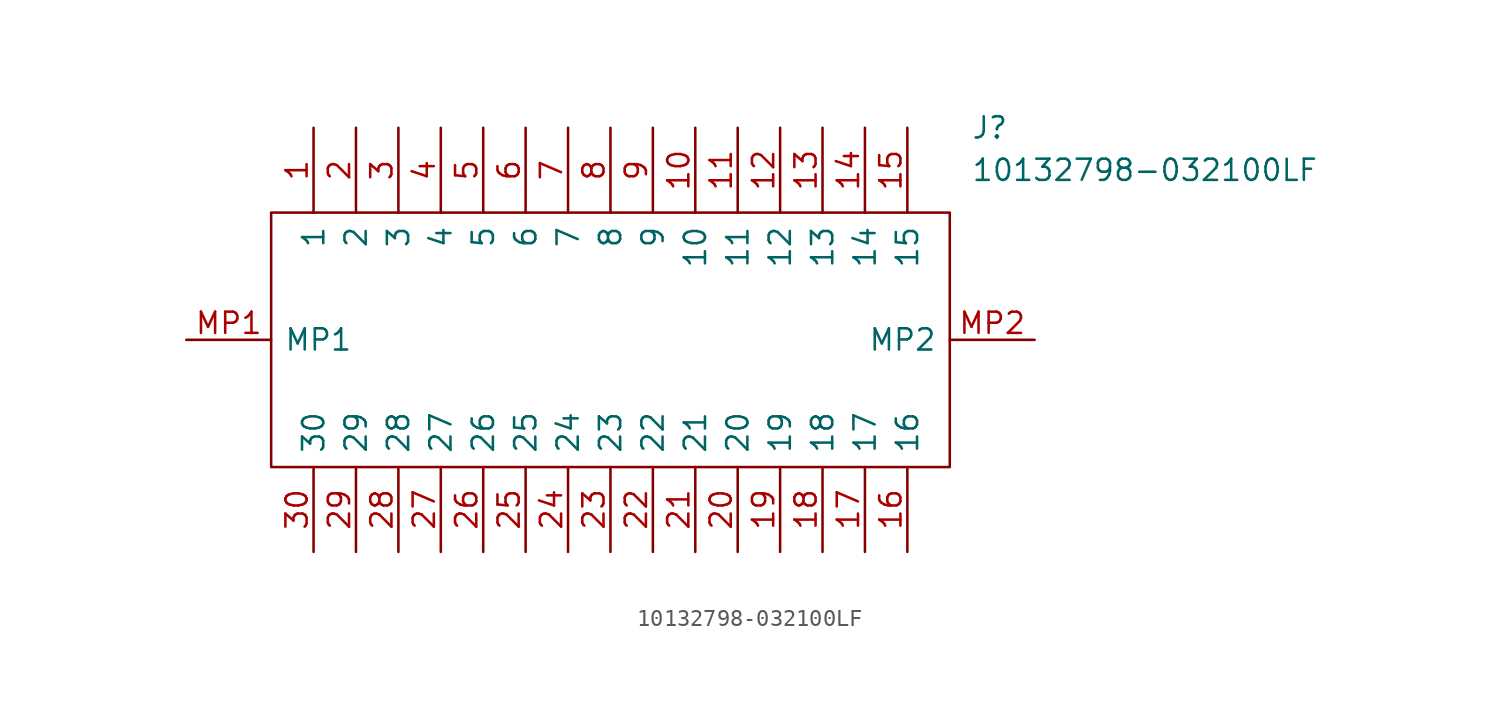
<source format=kicad_sym>
(kicad_symbol_lib
  (version 20211014)
  (generator kicad_symbol_editor)
  (symbol "10132798-032100LF"
    (pin_names
      (offset 0.762))
    (property "Reference" "J"
      (at 46.99 12.7 0)
      (effects (font (size 1.27 1.27)) (justify left)))
    (property "Value" "10132798-032100LF"
      (at 46.99 10.16 0)
      (effects (font (size 1.27 1.27)) (justify left)))
    (symbol "10132798-032100LF_0_0"
      (pin passive line (at 7.62 12.7 270) (length 5.08) (name "1" (effects (font (size 1.27 1.27)))) (number "1" (effects (font (size 1.27 1.27)))))
      (pin passive line (at 30.48 12.7 270) (length 5.08) (name "10" (effects (font (size 1.27 1.27)))) (number "10" (effects (font (size 1.27 1.27)))))
      (pin passive line (at 33.02 12.7 270) (length 5.08) (name "11" (effects (font (size 1.27 1.27)))) (number "11" (effects (font (size 1.27 1.27)))))
      (pin passive line (at 35.56 12.7 270) (length 5.08) (name "12" (effects (font (size 1.27 1.27)))) (number "12" (effects (font (size 1.27 1.27)))))
      (pin passive line (at 38.1 12.7 270) (length 5.08) (name "13" (effects (font (size 1.27 1.27)))) (number "13" (effects (font (size 1.27 1.27)))))
      (pin passive line (at 40.64 12.7 270) (length 5.08) (name "14" (effects (font (size 1.27 1.27)))) (number "14" (effects (font (size 1.27 1.27)))))
      (pin passive line (at 43.18 12.7 270) (length 5.08) (name "15" (effects (font (size 1.27 1.27)))) (number "15" (effects (font (size 1.27 1.27)))))
      (pin passive line (at 43.18 -12.7 90) (length 5.08) (name "16" (effects (font (size 1.27 1.27)))) (number "16" (effects (font (size 1.27 1.27)))))
      (pin passive line (at 40.64 -12.7 90) (length 5.08) (name "17" (effects (font (size 1.27 1.27)))) (number "17" (effects (font (size 1.27 1.27)))))
      (pin passive line (at 38.1 -12.7 90) (length 5.08) (name "18" (effects (font (size 1.27 1.27)))) (number "18" (effects (font (size 1.27 1.27)))))
      (pin passive line (at 35.56 -12.7 90) (length 5.08) (name "19" (effects (font (size 1.27 1.27)))) (number "19" (effects (font (size 1.27 1.27)))))
      (pin passive line (at 10.16 12.7 270) (length 5.08) (name "2" (effects (font (size 1.27 1.27)))) (number "2" (effects (font (size 1.27 1.27)))))
      (pin passive line (at 33.02 -12.7 90) (length 5.08) (name "20" (effects (font (size 1.27 1.27)))) (number "20" (effects (font (size 1.27 1.27)))))
      (pin passive line (at 30.48 -12.7 90) (length 5.08) (name "21" (effects (font (size 1.27 1.27)))) (number "21" (effects (font (size 1.27 1.27)))))
      (pin passive line (at 27.94 -12.7 90) (length 5.08) (name "22" (effects (font (size 1.27 1.27)))) (number "22" (effects (font (size 1.27 1.27)))))
      (pin passive line (at 25.4 -12.7 90) (length 5.08) (name "23" (effects (font (size 1.27 1.27)))) (number "23" (effects (font (size 1.27 1.27)))))
      (pin passive line (at 22.86 -12.7 90) (length 5.08) (name "24" (effects (font (size 1.27 1.27)))) (number "24" (effects (font (size 1.27 1.27)))))
      (pin passive line (at 20.32 -12.7 90) (length 5.08) (name "25" (effects (font (size 1.27 1.27)))) (number "25" (effects (font (size 1.27 1.27)))))
      (pin passive line (at 17.78 -12.7 90) (length 5.08) (name "26" (effects (font (size 1.27 1.27)))) (number "26" (effects (font (size 1.27 1.27)))))
      (pin passive line (at 15.24 -12.7 90) (length 5.08) (name "27" (effects (font (size 1.27 1.27)))) (number "27" (effects (font (size 1.27 1.27)))))
      (pin passive line (at 12.7 -12.7 90) (length 5.08) (name "28" (effects (font (size 1.27 1.27)))) (number "28" (effects (font (size 1.27 1.27)))))
      (pin passive line (at 10.16 -12.7 90) (length 5.08) (name "29" (effects (font (size 1.27 1.27)))) (number "29" (effects (font (size 1.27 1.27)))))
      (pin passive line (at 12.7 12.7 270) (length 5.08) (name "3" (effects (font (size 1.27 1.27)))) (number "3" (effects (font (size 1.27 1.27)))))
      (pin passive line (at 7.62 -12.7 90) (length 5.08) (name "30" (effects (font (size 1.27 1.27)))) (number "30" (effects (font (size 1.27 1.27)))))
      (pin passive line (at 15.24 12.7 270) (length 5.08) (name "4" (effects (font (size 1.27 1.27)))) (number "4" (effects (font (size 1.27 1.27)))))
      (pin passive line (at 17.78 12.7 270) (length 5.08) (name "5" (effects (font (size 1.27 1.27)))) (number "5" (effects (font (size 1.27 1.27)))))
      (pin passive line (at 20.32 12.7 270) (length 5.08) (name "6" (effects (font (size 1.27 1.27)))) (number "6" (effects (font (size 1.27 1.27)))))
      (pin passive line (at 22.86 12.7 270) (length 5.08) (name "7" (effects (font (size 1.27 1.27)))) (number "7" (effects (font (size 1.27 1.27)))))
      (pin passive line (at 25.4 12.7 270) (length 5.08) (name "8" (effects (font (size 1.27 1.27)))) (number "8" (effects (font (size 1.27 1.27)))))
      (pin passive line (at 27.94 12.7 270) (length 5.08) (name "9" (effects (font (size 1.27 1.27)))) (number "9" (effects (font (size 1.27 1.27)))))
      (pin passive line (at 0 0 0) (length 5.08) (name "MP1" (effects (font (size 1.27 1.27)))) (number "MP1" (effects (font (size 1.27 1.27)))))
      (pin passive line (at 50.8 0 180) (length 5.08) (name "MP2" (effects (font (size 1.27 1.27)))) (number "MP2" (effects (font (size 1.27 1.27))))))
    (symbol "10132798-032100LF_0_1"
      (polyline (pts (xy 5.08 7.62) (xy 45.72 7.62) (xy 45.72 -7.62) (xy 5.08 -7.62) (xy 5.08 7.62)) (stroke (width 0.152) (type default) (color 0 0 0 0)) (fill (type none))))))
</source>
